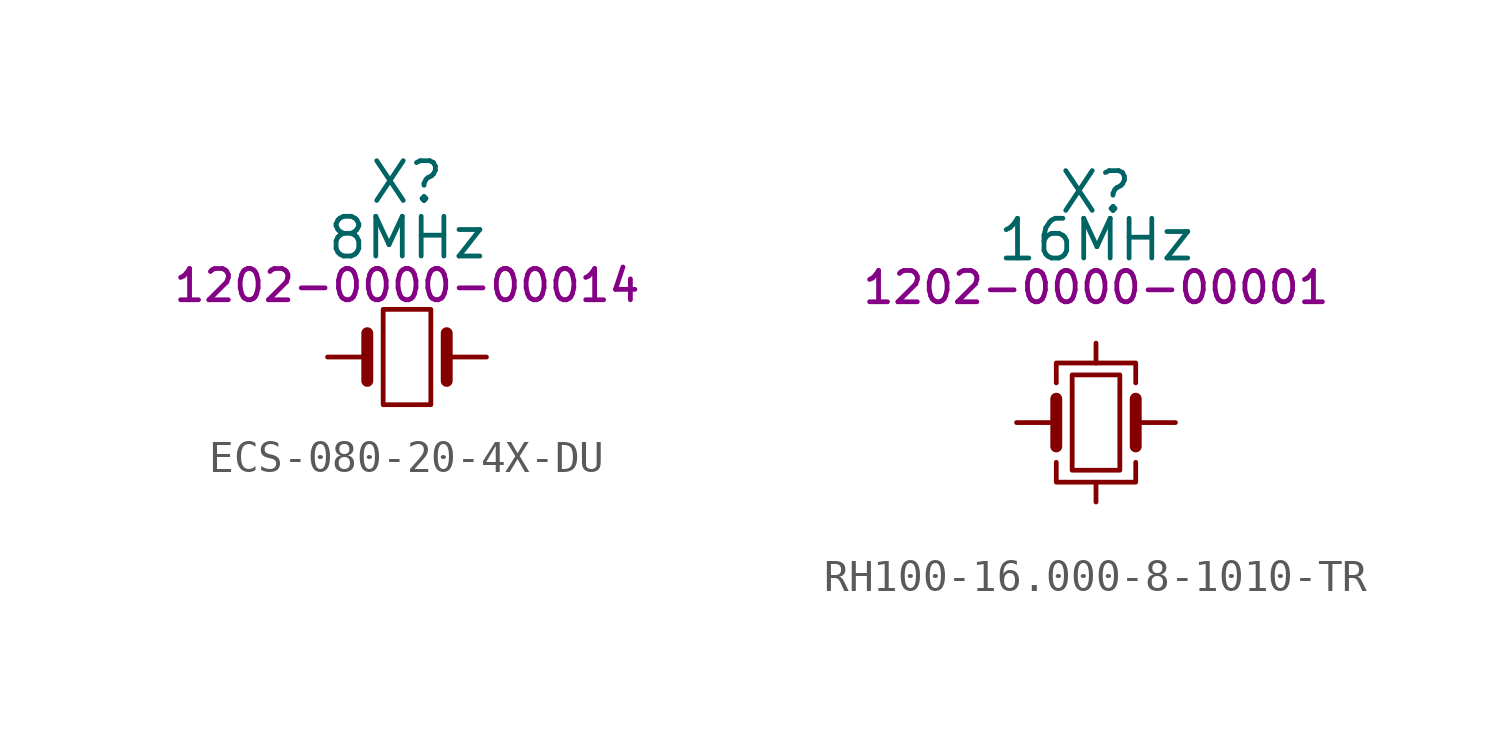
<source format=kicad_sym>
(kicad_symbol_lib
  (version 20231120)
  (generator "kicad_symbol_editor")
  (generator_version "8.0")
  (symbol "ECS-080-20-4X-DU"
    (pin_numbers hide)
    (pin_names hide)
    (property "Reference" "X"
      (at 0 5.588 0)
      (effects (font (size 1.27 1.27))))
    (property "Value" "8MHz"
      (at 0 3.81 0)
      (effects (font (size 1.27 1.27))))
    (property "PartNumber" "1202-0000-00014"
      (at 0 2.286 0)
      (effects (font (size 1 1))))
    (symbol "ECS-080-20-4X-DU_0_1"
      (rectangle (start -0.762 -1.524) (end 0.762 1.524) (stroke (width 0) (type default)) (fill (type none)))
      (polyline (pts (xy -1.27 -0.762) (xy -1.27 0.762)) (stroke (width 0.381) (type default)) (fill (type none)))
      (polyline (pts (xy 1.27 -0.762) (xy 1.27 0.762)) (stroke (width 0.381) (type default)) (fill (type none))))
    (symbol "ECS-080-20-4X-DU_1_1"
      (pin passive line (at -2.54 0 0) (length 1.27) (name "1" (effects (font (size 1.27 1.27)))) (number "1" (effects (font (size 1.27 1.27)))))
      (pin passive line (at 2.54 0 180) (length 1.27) (name "2" (effects (font (size 1.27 1.27)))) (number "2" (effects (font (size 1.27 1.27)))))))
  (symbol "RH100-16.000-8-1010-TR"
    (pin_numbers hide)
    (pin_names hide)
    (property "Reference" "X"
      (at 0 7.366 0)
      (effects (font (size 1.27 1.27))))
    (property "Value" "16MHz"
      (at 0 5.842 0)
      (effects (font (size 1.27 1.27))))
    (property "PartNumber" "1202-0000-00001"
      (at 0 4.318 0)
      (effects (font (size 1 1))))
    (symbol "RH100-16.000-8-1010-TR_0_1"
      (rectangle (start -0.762 -1.524) (end 0.762 1.524) (stroke (width 0) (type default)) (fill (type none)))
      (polyline (pts (xy -1.27 -0.762) (xy -1.27 0.762)) (stroke (width 0.381) (type default)) (fill (type none)))
      (polyline (pts (xy 1.27 -0.762) (xy 1.27 0.762)) (stroke (width 0.381) (type default)) (fill (type none)))
      (polyline (pts (xy -1.27 -1.27) (xy -1.27 -1.905) (xy 1.27 -1.905) (xy 1.27 -1.27)) (stroke (width 0) (type default)) (fill (type none)))
      (polyline (pts (xy -1.27 1.27) (xy -1.27 1.905) (xy 1.27 1.905) (xy 1.27 1.27)) (stroke (width 0) (type default)) (fill (type none))))
    (symbol "RH100-16.000-8-1010-TR_1_1"
      (pin passive line (at -2.54 0 0) (length 1.27) (name "1" (effects (font (size 1.27 1.27)))) (number "1" (effects (font (size 0.762 0.762)))))
      (pin passive line (at 0 -2.54 90) (length 0.635) (name "2" (effects (font (size 1.27 1.27)))) (number "2" (effects (font (size 0.762 0.762)))))
      (pin passive line (at 2.54 0 180) (length 1.27) (name "3" (effects (font (size 1.27 1.27)))) (number "3" (effects (font (size 0.762 0.762)))))
      (pin passive line (at 0 2.54 270) (length 0.635) (name "4" (effects (font (size 1.27 1.27)))) (number "4" (effects (font (size 0.762 0.762))))))))
</source>
